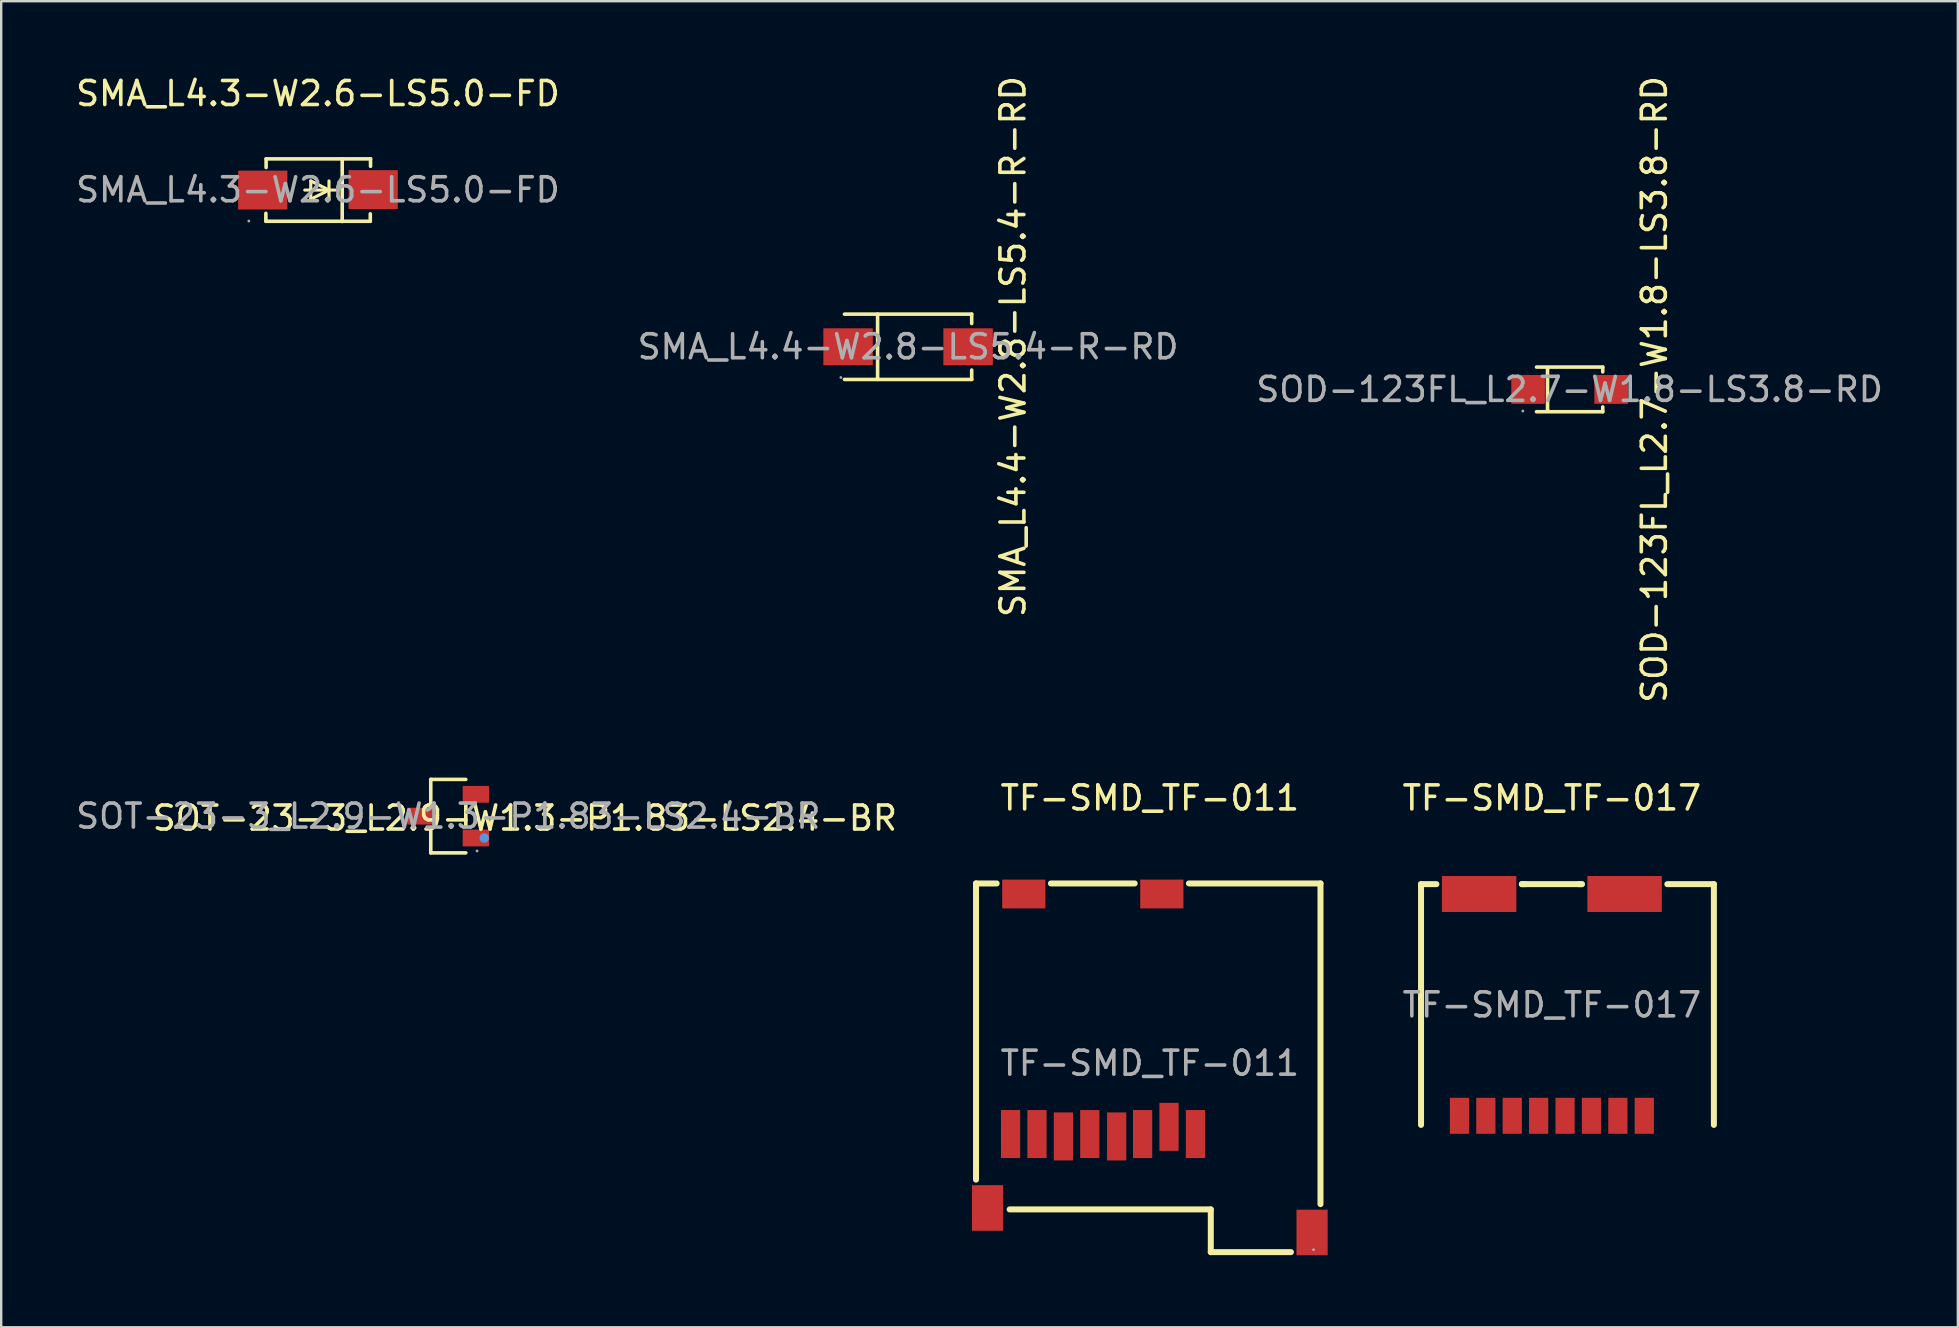
<source format=kicad_pcb>
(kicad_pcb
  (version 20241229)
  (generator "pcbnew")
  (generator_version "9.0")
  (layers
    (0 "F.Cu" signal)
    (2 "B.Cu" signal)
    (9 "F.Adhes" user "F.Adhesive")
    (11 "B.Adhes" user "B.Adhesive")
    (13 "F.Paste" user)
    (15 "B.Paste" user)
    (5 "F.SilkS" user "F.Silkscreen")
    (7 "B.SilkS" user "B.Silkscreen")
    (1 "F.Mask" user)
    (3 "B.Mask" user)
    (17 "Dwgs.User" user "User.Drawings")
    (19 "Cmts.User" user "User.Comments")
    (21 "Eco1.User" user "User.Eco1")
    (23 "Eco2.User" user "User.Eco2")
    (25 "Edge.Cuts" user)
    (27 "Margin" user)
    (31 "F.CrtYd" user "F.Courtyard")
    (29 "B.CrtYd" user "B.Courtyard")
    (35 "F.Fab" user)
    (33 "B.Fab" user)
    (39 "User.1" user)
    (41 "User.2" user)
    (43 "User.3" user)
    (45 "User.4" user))
  (footprint "SOD-123FL_L2.7-W1.8-LS3.8-RD"
    (layer "F.Cu")
    (at 62.339 13.173)
    (property "Reference" "SOD-123FL_L2.7-W1.8-LS3.8-RD" (at 3.531 0 90) (layer "F.SilkS") (effects (font (size 1 1) (thickness 0.15))))
    (attr smd)
    (fp_line (start -1.38 -0.93) (end 1.38 -0.93) (stroke (width 0.15) (type solid)) (layer "F.SilkS"))
    (fp_line (start -1.38 0.93) (end 1.38 0.93) (stroke (width 0.15) (type solid)) (layer "F.SilkS"))
    (fp_line (start -0.92 -0.88) (end -0.92 0.88) (stroke (width 0.15) (type solid)) (layer "F.SilkS"))
    (fp_line (start 1.38 -0.93) (end 1.38 -0.73) (stroke (width 0.15) (type solid)) (layer "F.SilkS"))
    (fp_line (start 1.38 0.93) (end 1.38 0.73) (stroke (width 0.15) (type solid)) (layer "F.SilkS"))
    (fp_circle (center -1.95 0.9) (end -1.92 0.9) (stroke (width 0.06) (type solid)) (fill no) (layer "F.Fab"))
    (fp_text user "${REFERENCE}" (at 0 0 0) (layer "F.Fab") (effects (font (size 1 1) (thickness 0.15))))
    (pad "1" smd rect (at -1.73 0) (size 1.4 1.2) (layers "F.Cu" "F.Mask" "F.Paste"))
    (pad "2" smd rect (at 1.73 0) (size 1.4 1.2) (layers "F.Cu" "F.Mask" "F.Paste")))
  (footprint "TF-SMD_TF-011"
    (layer "F.Cu")
    (at 44.85 41.243)
    (property "Reference" "TF-SMD_TF-011" (at 0 -11.05 0) (layer "F.SilkS") (effects (font (size 1 1) (thickness 0.15))))
    (attr smd)
    (fp_line (start -7.24 -7.49) (end -7.24 4.85) (stroke (width 0.25) (type solid)) (layer "F.SilkS"))
    (fp_line (start -7.24 -7.49) (end -6.38 -7.49) (stroke (width 0.25) (type solid)) (layer "F.SilkS"))
    (fp_line (start -5.84 6.09) (end 2.54 6.09) (stroke (width 0.25) (type solid)) (layer "F.SilkS"))
    (fp_line (start -4.12 -7.49) (end -0.63 -7.49) (stroke (width 0.25) (type solid)) (layer "F.SilkS"))
    (fp_line (start 1.63 -7.49) (end 7.11 -7.49) (stroke (width 0.25) (type solid)) (layer "F.SilkS"))
    (fp_line (start 2.54 6.09) (end 2.54 7.87) (stroke (width 0.25) (type solid)) (layer "F.SilkS"))
    (fp_line (start 2.54 7.87) (end 5.88 7.87) (stroke (width 0.25) (type solid)) (layer "F.SilkS"))
    (fp_line (start 7.11 -7.49) (end 7.11 5.87) (stroke (width 0.25) (type solid)) (layer "F.SilkS"))
    (fp_circle (center 6.82 7.77) (end 6.85 7.77) (stroke (width 0.06) (type solid)) (fill no) (layer "F.Fab"))
    (fp_text user "${REFERENCE}" (at 0 0 0) (layer "F.Fab") (effects (font (size 1 1) (thickness 0.15))))
    (pad "1" smd rect (at 1.9 2.95) (size 0.8 2) (layers "F.Cu" "F.Mask" "F.Paste"))
    (pad "2" smd rect (at 0.8 2.65) (size 0.8 2) (layers "F.Cu" "F.Mask" "F.Paste"))
    (pad "3" smd rect (at -0.3 2.95) (size 0.8 2) (layers "F.Cu" "F.Mask" "F.Paste"))
    (pad "4" smd rect (at -1.38 3.05) (size 0.8 2) (layers "F.Cu" "F.Mask" "F.Paste"))
    (pad "5" smd rect (at -2.5 2.95) (size 0.8 2) (layers "F.Cu" "F.Mask" "F.Paste"))
    (pad "6" smd rect (at -3.6 3.05) (size 0.8 2) (layers "F.Cu" "F.Mask" "F.Paste"))
    (pad "7" smd rect (at -4.7 2.95) (size 0.8 2) (layers "F.Cu" "F.Mask" "F.Paste"))
    (pad "8" smd rect (at -5.8 2.95) (size 0.8 2) (layers "F.Cu" "F.Mask" "F.Paste"))
    (pad "10" smd rect (at -5.25 -7.05) (size 1.8 1.2) (layers "F.Cu" "F.Mask" "F.Paste"))
    (pad "11" smd rect (at 0.5 -7.05) (size 1.8 1.2) (layers "F.Cu" "F.Mask" "F.Paste"))
    (pad "12" smd rect (at -6.76 6.03) (size 1.3 1.9) (layers "F.Cu" "F.Mask" "F.Paste"))
    (pad "13" smd rect (at 6.76 7.05) (size 1.3 1.9) (layers "F.Cu" "F.Mask" "F.Paste")))
  (footprint "SMA_L4.4-W2.8-LS5.4-R-RD"
    (layer "F.Cu")
    (at 34.78 11.397)
    (property "Reference" "SMA_L4.4-W2.8-LS5.4-R-RD" (at 4.37 -0.01 90) (layer "F.SilkS") (effects (font (size 1 1) (thickness 0.15))))
    (attr smd)
    (fp_line (start -2.65 -1.36) (end 2.65 -1.36) (stroke (width 0.15) (type solid)) (layer "F.SilkS"))
    (fp_line (start -2.65 1.36) (end 2.65 1.36) (stroke (width 0.15) (type solid)) (layer "F.SilkS"))
    (fp_line (start -1.27 -1.36) (end -1.27 1.36) (stroke (width 0.15) (type solid)) (layer "F.SilkS"))
    (fp_line (start 2.65 -1.36) (end 2.65 -0.97) (stroke (width 0.15) (type solid)) (layer "F.SilkS"))
    (fp_line (start 2.65 1.36) (end 2.65 0.97) (stroke (width 0.15) (type solid)) (layer "F.SilkS"))
    (fp_circle (center -2.8 1.28) (end -2.77 1.28) (stroke (width 0.06) (type solid)) (fill no) (layer "F.Fab"))
    (fp_text user "${REFERENCE}" (at 0 0 180) (layer "F.Fab") (effects (font (size 1 1) (thickness 0.15))))
    (pad "1" smd rect (at 2.5 0) (size 2.06 1.54) (layers "F.Cu" "F.Mask" "F.Paste"))
    (pad "2" smd rect (at -2.5 0) (size 2.06 1.54) (layers "F.Cu" "F.Mask" "F.Paste")))
  (footprint "TF-SMD_TF-017"
    (layer "F.Cu")
    (at 61.599 38.813)
    (property "Reference" "TF-SMD_TF-017" (at 0 -8.62 0) (layer "F.SilkS") (effects (font (size 1 1) (thickness 0.15))))
    (attr smd)
    (fp_line (start -5.45 -5.03) (end -4.81 -5.03) (stroke (width 0.25) (type solid)) (layer "F.SilkS"))
    (fp_line (start -5.45 5) (end -5.45 -5.03) (stroke (width 0.25) (type solid)) (layer "F.SilkS"))
    (fp_line (start -1.25 -5.03) (end -1.1 -5.03) (stroke (width 0.25) (type solid)) (layer "F.SilkS"))
    (fp_line (start -1.25 -5.03) (end 1.25 -5.03) (stroke (width 0.25) (type solid)) (layer "F.SilkS"))
    (fp_line (start 1.12 -5.03) (end 1.25 -5.03) (stroke (width 0.25) (type solid)) (layer "F.SilkS"))
    (fp_line (start 4.81 -5.03) (end 6.75 -5.03) (stroke (width 0.25) (type solid)) (layer "F.SilkS"))
    (fp_line (start 6.75 5) (end 6.75 -5.03) (stroke (width 0.25) (type solid)) (layer "F.SilkS"))
    (fp_text user "${REFERENCE}" (at 0 0 0) (layer "F.Fab") (effects (font (size 1 1) (thickness 0.15))))
    (pad "1" smd rect (at 3.85 4.62) (size 0.8 1.5) (layers "F.Cu" "F.Mask" "F.Paste"))
    (pad "2" smd rect (at 2.75 4.62) (size 0.8 1.5) (layers "F.Cu" "F.Mask" "F.Paste"))
    (pad "3" smd rect (at 1.65 4.62) (size 0.8 1.5) (layers "F.Cu" "F.Mask" "F.Paste"))
    (pad "4" smd rect (at 0.55 4.62) (size 0.8 1.5) (layers "F.Cu" "F.Mask" "F.Paste"))
    (pad "5" smd rect (at -0.55 4.62) (size 0.8 1.5) (layers "F.Cu" "F.Mask" "F.Paste"))
    (pad "6" smd rect (at -1.65 4.62) (size 0.8 1.5) (layers "F.Cu" "F.Mask" "F.Paste"))
    (pad "7" smd rect (at -2.75 4.62) (size 0.8 1.5) (layers "F.Cu" "F.Mask" "F.Paste"))
    (pad "8" smd rect (at -3.85 4.62) (size 0.8 1.5) (layers "F.Cu" "F.Mask" "F.Paste"))
    (pad "9" smd rect (at -3.03 -4.62) (size 3.1 1.5) (layers "F.Cu" "F.Mask" "F.Paste"))
    (pad "10" smd rect (at 3.03 -4.62) (size 3.1 1.5) (layers "F.Cu" "F.Mask" "F.Paste")))
  (footprint "SOT-23-3_L2.9-W1.3-P1.83-LS2.4-BR"
    (layer "F.Cu")
    (at 15.625 30.95)
    (property "Reference" "SOT-23-3_L2.9-W1.3-P1.83-LS2.4-BR" (at 3.19 0.08 180) (layer "F.SilkS") (effects (font (size 1 1) (thickness 0.15))))
    (attr smd)
    (fp_line (start -0.73 -1.53) (end -0.73 -0.48) (stroke (width 0.15) (type solid)) (layer "F.SilkS"))
    (fp_line (start -0.73 1.53) (end -0.73 0.48) (stroke (width 0.15) (type solid)) (layer "F.SilkS"))
    (fp_line (start 0.73 -1.53) (end -0.73 -1.53) (stroke (width 0.15) (type solid)) (layer "F.SilkS"))
    (fp_line (start 0.73 -0.43) (end 0.73 0.43) (stroke (width 0.15) (type solid)) (layer "F.SilkS"))
    (fp_line (start 0.73 1.53) (end -0.73 1.53) (stroke (width 0.15) (type solid)) (layer "F.SilkS"))
    (fp_circle (center 1.5 0.91) (end 1.6 0.91) (stroke (width 0.2) (type solid)) (fill no) (layer "Cmts.User"))
    (fp_circle (center 1.2 1.45) (end 1.23 1.45) (stroke (width 0.06) (type solid)) (fill no) (layer "F.Fab"))
    (fp_text user "${REFERENCE}" (at 0 0 180) (layer "F.Fab") (effects (font (size 1 1) (thickness 0.15))))
    (pad "1" smd rect (at 1.15 0.91 90) (size 0.7 1.1) (layers "F.Cu" "F.Mask" "F.Paste"))
    (pad "2" smd rect (at 1.15 -0.91 90) (size 0.7 1.1) (layers "F.Cu" "F.Mask" "F.Paste"))
    (pad "3" smd rect (at -1.15 0 90) (size 0.7 1.1) (layers "F.Cu" "F.Mask" "F.Paste")))
  (footprint "SMA_L4.3-W2.6-LS5.0-FD"
    (layer "F.Cu")
    (at 10.196 4.858)
    (property "Reference" "SMA_L4.3-W2.6-LS5.0-FD" (at 0 -4.01 0) (layer "F.SilkS") (effects (font (size 1 1) (thickness 0.15))))
    (attr smd)
    (fp_line (start -2.17 0.98) (end -2.17 1.31) (stroke (width 0.15) (type solid)) (layer "F.SilkS"))
    (fp_line (start -2.17 1.31) (end 2.18 1.31) (stroke (width 0.15) (type solid)) (layer "F.SilkS"))
    (fp_line (start -2.16 -1.29) (end 2.19 -1.29) (stroke (width 0.15) (type solid)) (layer "F.SilkS"))
    (fp_line (start -2.16 -0.93) (end -2.16 -1.29) (stroke (width 0.15) (type solid)) (layer "F.SilkS"))
    (fp_line (start -0.55 0.01) (end 0.72 0.01) (stroke (width 0.13) (type solid)) (layer "F.SilkS"))
    (fp_line (start -0.3 -0.37) (end 0.46 0.01) (stroke (width 0.13) (type solid)) (layer "F.SilkS"))
    (fp_line (start -0.3 0.01) (end -0.3 -0.37) (stroke (width 0.13) (type solid)) (layer "F.SilkS"))
    (fp_line (start -0.3 0.01) (end -0.3 0.39) (stroke (width 0.13) (type solid)) (layer "F.SilkS"))
    (fp_line (start -0.3 0.39) (end 0.46 0.01) (stroke (width 0.13) (type solid)) (layer "F.SilkS"))
    (fp_line (start 0.46 0.01) (end 0.46 -0.37) (stroke (width 0.13) (type solid)) (layer "F.SilkS"))
    (fp_line (start 0.46 0.01) (end 0.46 0.39) (stroke (width 0.13) (type solid)) (layer "F.SilkS"))
    (fp_line (start 1.01 -1.28) (end 1.01 1.32) (stroke (width 0.15) (type solid)) (layer "F.SilkS"))
    (fp_line (start 2.18 1.31) (end 2.18 1) (stroke (width 0.15) (type solid)) (layer "F.SilkS"))
    (fp_line (start 2.19 -1.29) (end 2.19 -0.98) (stroke (width 0.15) (type solid)) (layer "F.SilkS"))
    (fp_circle (center -2.88 1.3) (end -2.85 1.3) (stroke (width 0.06) (type solid)) (fill no) (layer "F.Fab"))
    (fp_text user "${REFERENCE}" (at 0 0 0) (layer "F.Fab") (effects (font (size 1 1) (thickness 0.15))))
    (pad "1" smd rect (at -2.3 0.01) (size 2.05 1.62) (layers "F.Cu" "F.Mask" "F.Paste"))
    (pad "2" smd rect (at 2.3 -0.01 180) (size 2.05 1.62) (layers "F.Cu" "F.Mask" "F.Paste")))
  (gr_rect
    (start -3 -3)
    (end 78.512 52.243)
    (stroke (width 0.1) (type default))
    (fill no)
    (layer "Edge.Cuts")))
</source>
